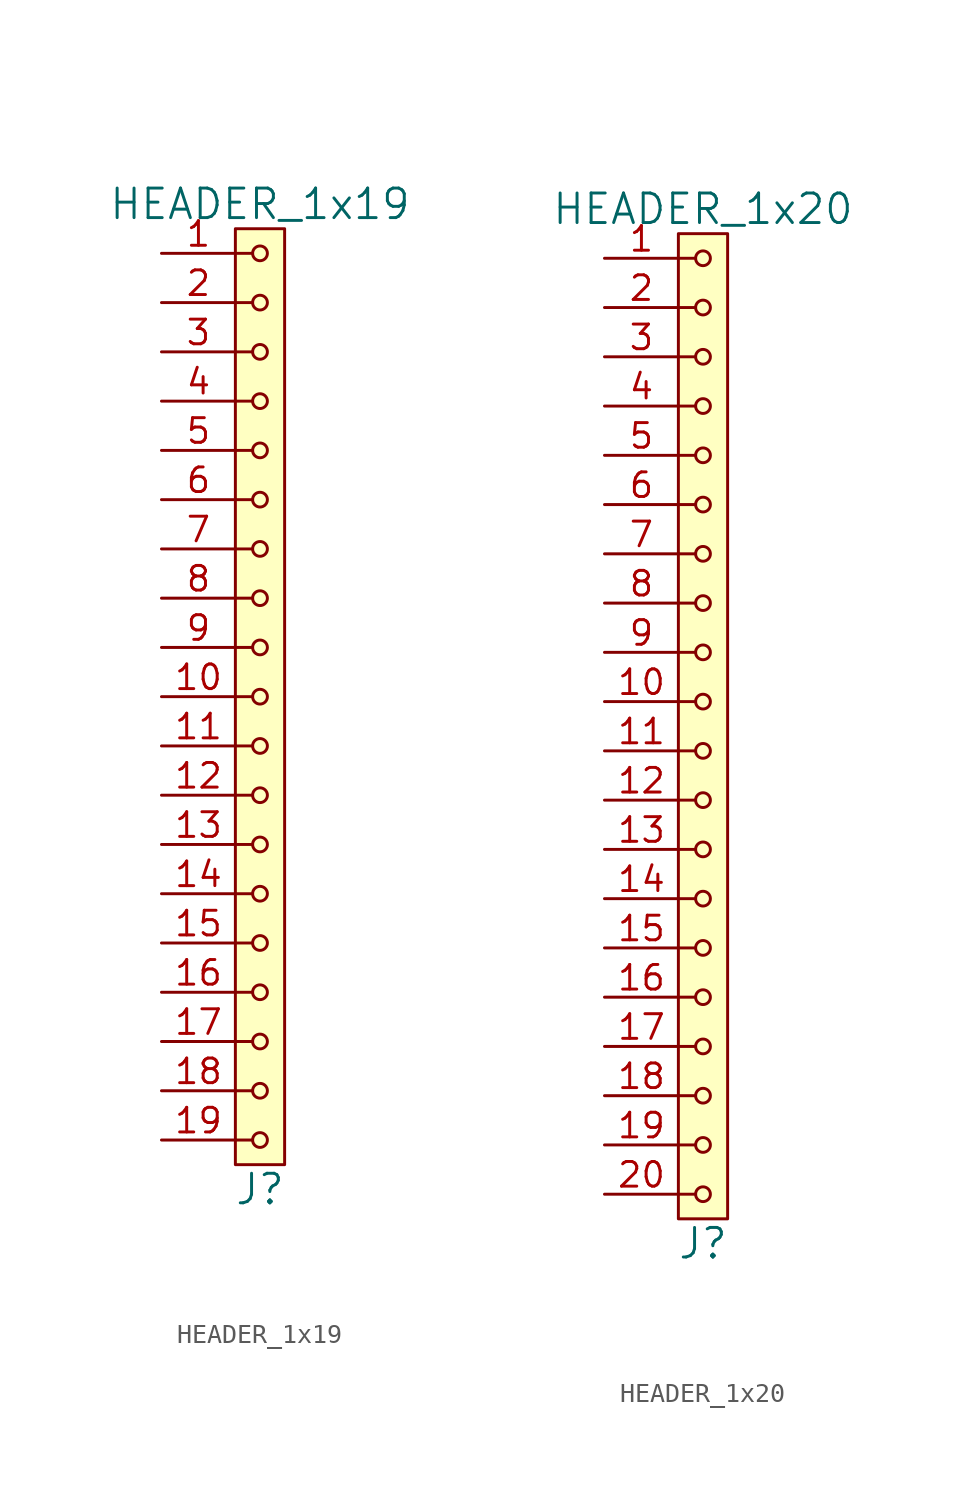
<source format=kicad_sym>
(kicad_symbol_lib
  (version 20211014)
  (generator kicad_symbol_editor)
  (symbol "HEADER_1x19"
    (pin_names
      (offset 1.016))
    (property "Reference" "J"
      (at 0 -25.4 0)
      (effects (font (size 1.524 1.524))))
    (property "Value" "HEADER_1x19"
      (at 0 25.4 0)
      (effects (font (size 1.524 1.524))))
    (property "Footprint" ""
      (at 0 22.86 0)
      (effects (font (size 1.524 1.524))))
    (property "Datasheet" ""
      (at 0 22.86 0)
      (effects (font (size 1.524 1.524))))
    (symbol "HEADER_1x19_0_1"
      (rectangle (start -1.27 24.13) (end 1.27 -24.13) (stroke (width 0) (type default) (color 0 0 0 0)) (fill (type background)))
      (circle (center 0 -22.86) (radius 0.381) (stroke (width 0) (type default) (color 0 0 0 0)) (fill (type none)))
      (circle (center 0 -20.32) (radius 0.381) (stroke (width 0) (type default) (color 0 0 0 0)) (fill (type none)))
      (circle (center 0 -17.78) (radius 0.381) (stroke (width 0) (type default) (color 0 0 0 0)) (fill (type none)))
      (circle (center 0 -15.24) (radius 0.381) (stroke (width 0) (type default) (color 0 0 0 0)) (fill (type none)))
      (circle (center 0 -12.7) (radius 0.381) (stroke (width 0) (type default) (color 0 0 0 0)) (fill (type none)))
      (circle (center 0 -10.16) (radius 0.381) (stroke (width 0) (type default) (color 0 0 0 0)) (fill (type none)))
      (circle (center 0 -7.62) (radius 0.381) (stroke (width 0) (type default) (color 0 0 0 0)) (fill (type none)))
      (circle (center 0 -5.08) (radius 0.381) (stroke (width 0) (type default) (color 0 0 0 0)) (fill (type none)))
      (circle (center 0 -2.54) (radius 0.381) (stroke (width 0) (type default) (color 0 0 0 0)) (fill (type none)))
      (polyline (pts (xy -1.27 -22.86) (xy -0.381 -22.86)) (stroke (width 0) (type default) (color 0 0 0 0)) (fill (type none)))
      (polyline (pts (xy -1.27 -20.32) (xy -0.381 -20.32)) (stroke (width 0) (type default) (color 0 0 0 0)) (fill (type none)))
      (polyline (pts (xy -1.27 -17.78) (xy -0.381 -17.78)) (stroke (width 0) (type default) (color 0 0 0 0)) (fill (type none)))
      (polyline (pts (xy -1.27 -15.24) (xy -0.381 -15.24)) (stroke (width 0) (type default) (color 0 0 0 0)) (fill (type none)))
      (polyline (pts (xy -1.27 -12.7) (xy -0.381 -12.7)) (stroke (width 0) (type default) (color 0 0 0 0)) (fill (type none)))
      (polyline (pts (xy -1.27 -10.16) (xy -0.381 -10.16)) (stroke (width 0) (type default) (color 0 0 0 0)) (fill (type none)))
      (polyline (pts (xy -1.27 -7.62) (xy -0.381 -7.62)) (stroke (width 0) (type default) (color 0 0 0 0)) (fill (type none)))
      (polyline (pts (xy -1.27 -5.08) (xy -0.381 -5.08)) (stroke (width 0) (type default) (color 0 0 0 0)) (fill (type none)))
      (polyline (pts (xy -1.27 -2.54) (xy -0.381 -2.54)) (stroke (width 0) (type default) (color 0 0 0 0)) (fill (type none)))
      (polyline (pts (xy -1.27 0) (xy -0.381 0)) (stroke (width 0) (type default) (color 0 0 0 0)) (fill (type none)))
      (polyline (pts (xy -1.27 2.54) (xy -0.381 2.54)) (stroke (width 0) (type default) (color 0 0 0 0)) (fill (type none)))
      (polyline (pts (xy -1.27 5.08) (xy -0.381 5.08)) (stroke (width 0) (type default) (color 0 0 0 0)) (fill (type none)))
      (polyline (pts (xy -1.27 7.62) (xy -0.381 7.62)) (stroke (width 0) (type default) (color 0 0 0 0)) (fill (type none)))
      (polyline (pts (xy -1.27 10.16) (xy -0.381 10.16)) (stroke (width 0) (type default) (color 0 0 0 0)) (fill (type none)))
      (polyline (pts (xy -1.27 12.7) (xy -0.381 12.7)) (stroke (width 0) (type default) (color 0 0 0 0)) (fill (type none)))
      (polyline (pts (xy -1.27 15.24) (xy -0.381 15.24)) (stroke (width 0) (type default) (color 0 0 0 0)) (fill (type none)))
      (polyline (pts (xy -1.27 17.78) (xy -0.381 17.78)) (stroke (width 0) (type default) (color 0 0 0 0)) (fill (type none)))
      (polyline (pts (xy -1.27 20.32) (xy -0.381 20.32)) (stroke (width 0) (type default) (color 0 0 0 0)) (fill (type none)))
      (polyline (pts (xy -1.27 22.86) (xy -0.381 22.86)) (stroke (width 0) (type default) (color 0 0 0 0)) (fill (type none)))
      (circle (center 0 0) (radius 0.381) (stroke (width 0) (type default) (color 0 0 0 0)) (fill (type none)))
      (circle (center 0 2.54) (radius 0.381) (stroke (width 0) (type default) (color 0 0 0 0)) (fill (type none)))
      (circle (center 0 5.08) (radius 0.381) (stroke (width 0) (type default) (color 0 0 0 0)) (fill (type none)))
      (circle (center 0 7.62) (radius 0.381) (stroke (width 0) (type default) (color 0 0 0 0)) (fill (type none)))
      (circle (center 0 10.16) (radius 0.381) (stroke (width 0) (type default) (color 0 0 0 0)) (fill (type none)))
      (circle (center 0 12.7) (radius 0.381) (stroke (width 0) (type default) (color 0 0 0 0)) (fill (type none)))
      (circle (center 0 15.24) (radius 0.381) (stroke (width 0) (type default) (color 0 0 0 0)) (fill (type none)))
      (circle (center 0 17.78) (radius 0.381) (stroke (width 0) (type default) (color 0 0 0 0)) (fill (type none)))
      (circle (center 0 20.32) (radius 0.381) (stroke (width 0) (type default) (color 0 0 0 0)) (fill (type none)))
      (circle (center 0 22.86) (radius 0.381) (stroke (width 0) (type default) (color 0 0 0 0)) (fill (type none))))
    (symbol "HEADER_1x19_1_1"
      (pin input line (at -5.08 22.86 0) (length 3.81) (name "~" (effects (font (size 1.27 1.27)))) (number "1" (effects (font (size 1.27 1.27)))))
      (pin input line (at -5.08 0 0) (length 3.81) (name "~" (effects (font (size 1.27 1.27)))) (number "10" (effects (font (size 1.27 1.27)))))
      (pin input line (at -5.08 -2.54 0) (length 3.81) (name "~" (effects (font (size 1.27 1.27)))) (number "11" (effects (font (size 1.27 1.27)))))
      (pin input line (at -5.08 -5.08 0) (length 3.81) (name "~" (effects (font (size 1.27 1.27)))) (number "12" (effects (font (size 1.27 1.27)))))
      (pin input line (at -5.08 -7.62 0) (length 3.81) (name "~" (effects (font (size 1.27 1.27)))) (number "13" (effects (font (size 1.27 1.27)))))
      (pin input line (at -5.08 -10.16 0) (length 3.81) (name "~" (effects (font (size 1.27 1.27)))) (number "14" (effects (font (size 1.27 1.27)))))
      (pin input line (at -5.08 -12.7 0) (length 3.81) (name "~" (effects (font (size 1.27 1.27)))) (number "15" (effects (font (size 1.27 1.27)))))
      (pin input line (at -5.08 -15.24 0) (length 3.81) (name "~" (effects (font (size 1.27 1.27)))) (number "16" (effects (font (size 1.27 1.27)))))
      (pin input line (at -5.08 -17.78 0) (length 3.81) (name "~" (effects (font (size 1.27 1.27)))) (number "17" (effects (font (size 1.27 1.27)))))
      (pin input line (at -5.08 -20.32 0) (length 3.81) (name "~" (effects (font (size 1.27 1.27)))) (number "18" (effects (font (size 1.27 1.27)))))
      (pin input line (at -5.08 -22.86 0) (length 3.81) (name "~" (effects (font (size 1.27 1.27)))) (number "19" (effects (font (size 1.27 1.27)))))
      (pin input line (at -5.08 20.32 0) (length 3.81) (name "~" (effects (font (size 1.27 1.27)))) (number "2" (effects (font (size 1.27 1.27)))))
      (pin input line (at -5.08 17.78 0) (length 3.81) (name "~" (effects (font (size 1.27 1.27)))) (number "3" (effects (font (size 1.27 1.27)))))
      (pin input line (at -5.08 15.24 0) (length 3.81) (name "~" (effects (font (size 1.27 1.27)))) (number "4" (effects (font (size 1.27 1.27)))))
      (pin input line (at -5.08 12.7 0) (length 3.81) (name "~" (effects (font (size 1.27 1.27)))) (number "5" (effects (font (size 1.27 1.27)))))
      (pin input line (at -5.08 10.16 0) (length 3.81) (name "~" (effects (font (size 1.27 1.27)))) (number "6" (effects (font (size 1.27 1.27)))))
      (pin input line (at -5.08 7.62 0) (length 3.81) (name "~" (effects (font (size 1.27 1.27)))) (number "7" (effects (font (size 1.27 1.27)))))
      (pin input line (at -5.08 5.08 0) (length 3.81) (name "~" (effects (font (size 1.27 1.27)))) (number "8" (effects (font (size 1.27 1.27)))))
      (pin input line (at -5.08 2.54 0) (length 3.81) (name "~" (effects (font (size 1.27 1.27)))) (number "9" (effects (font (size 1.27 1.27)))))))
  (symbol "HEADER_1x20"
    (pin_names
      (offset 1.016))
    (property "Reference" "J"
      (at 0 -26.67 0)
      (effects (font (size 1.524 1.524))))
    (property "Value" "HEADER_1x20"
      (at 0 26.67 0)
      (effects (font (size 1.524 1.524))))
    (property "Footprint" ""
      (at 0 24.13 0)
      (effects (font (size 1.524 1.524))))
    (property "Datasheet" ""
      (at 0 24.13 0)
      (effects (font (size 1.524 1.524))))
    (symbol "HEADER_1x20_0_1"
      (rectangle (start -1.27 25.4) (end 1.27 -25.4) (stroke (width 0) (type default) (color 0 0 0 0)) (fill (type background)))
      (circle (center 0 -24.13) (radius 0.381) (stroke (width 0) (type default) (color 0 0 0 0)) (fill (type none)))
      (circle (center 0 -21.59) (radius 0.381) (stroke (width 0) (type default) (color 0 0 0 0)) (fill (type none)))
      (circle (center 0 -19.05) (radius 0.381) (stroke (width 0) (type default) (color 0 0 0 0)) (fill (type none)))
      (circle (center 0 -16.51) (radius 0.381) (stroke (width 0) (type default) (color 0 0 0 0)) (fill (type none)))
      (circle (center 0 -13.97) (radius 0.381) (stroke (width 0) (type default) (color 0 0 0 0)) (fill (type none)))
      (circle (center 0 -11.43) (radius 0.381) (stroke (width 0) (type default) (color 0 0 0 0)) (fill (type none)))
      (circle (center 0 -8.89) (radius 0.381) (stroke (width 0) (type default) (color 0 0 0 0)) (fill (type none)))
      (circle (center 0 -6.35) (radius 0.381) (stroke (width 0) (type default) (color 0 0 0 0)) (fill (type none)))
      (circle (center 0 -3.81) (radius 0.381) (stroke (width 0) (type default) (color 0 0 0 0)) (fill (type none)))
      (circle (center 0 -1.27) (radius 0.381) (stroke (width 0) (type default) (color 0 0 0 0)) (fill (type none)))
      (polyline (pts (xy -1.27 -24.13) (xy -0.381 -24.13)) (stroke (width 0) (type default) (color 0 0 0 0)) (fill (type none)))
      (polyline (pts (xy -1.27 -21.59) (xy -0.381 -21.59)) (stroke (width 0) (type default) (color 0 0 0 0)) (fill (type none)))
      (polyline (pts (xy -1.27 -19.05) (xy -0.381 -19.05)) (stroke (width 0) (type default) (color 0 0 0 0)) (fill (type none)))
      (polyline (pts (xy -1.27 -16.51) (xy -0.381 -16.51)) (stroke (width 0) (type default) (color 0 0 0 0)) (fill (type none)))
      (polyline (pts (xy -1.27 -13.97) (xy -0.381 -13.97)) (stroke (width 0) (type default) (color 0 0 0 0)) (fill (type none)))
      (polyline (pts (xy -1.27 -11.43) (xy -0.381 -11.43)) (stroke (width 0) (type default) (color 0 0 0 0)) (fill (type none)))
      (polyline (pts (xy -1.27 -8.89) (xy -0.381 -8.89)) (stroke (width 0) (type default) (color 0 0 0 0)) (fill (type none)))
      (polyline (pts (xy -1.27 -6.35) (xy -0.381 -6.35)) (stroke (width 0) (type default) (color 0 0 0 0)) (fill (type none)))
      (polyline (pts (xy -1.27 -3.81) (xy -0.381 -3.81)) (stroke (width 0) (type default) (color 0 0 0 0)) (fill (type none)))
      (polyline (pts (xy -1.27 -1.27) (xy -0.381 -1.27)) (stroke (width 0) (type default) (color 0 0 0 0)) (fill (type none)))
      (polyline (pts (xy -1.27 1.27) (xy -0.381 1.27)) (stroke (width 0) (type default) (color 0 0 0 0)) (fill (type none)))
      (polyline (pts (xy -1.27 3.81) (xy -0.381 3.81)) (stroke (width 0) (type default) (color 0 0 0 0)) (fill (type none)))
      (polyline (pts (xy -1.27 6.35) (xy -0.381 6.35)) (stroke (width 0) (type default) (color 0 0 0 0)) (fill (type none)))
      (polyline (pts (xy -1.27 8.89) (xy -0.381 8.89)) (stroke (width 0) (type default) (color 0 0 0 0)) (fill (type none)))
      (polyline (pts (xy -1.27 11.43) (xy -0.381 11.43)) (stroke (width 0) (type default) (color 0 0 0 0)) (fill (type none)))
      (polyline (pts (xy -1.27 13.97) (xy -0.381 13.97)) (stroke (width 0) (type default) (color 0 0 0 0)) (fill (type none)))
      (polyline (pts (xy -1.27 16.51) (xy -0.381 16.51)) (stroke (width 0) (type default) (color 0 0 0 0)) (fill (type none)))
      (polyline (pts (xy -1.27 19.05) (xy -0.381 19.05)) (stroke (width 0) (type default) (color 0 0 0 0)) (fill (type none)))
      (polyline (pts (xy -1.27 21.59) (xy -0.381 21.59)) (stroke (width 0) (type default) (color 0 0 0 0)) (fill (type none)))
      (polyline (pts (xy -1.27 24.13) (xy -0.381 24.13)) (stroke (width 0) (type default) (color 0 0 0 0)) (fill (type none)))
      (circle (center 0 1.27) (radius 0.381) (stroke (width 0) (type default) (color 0 0 0 0)) (fill (type none)))
      (circle (center 0 3.81) (radius 0.381) (stroke (width 0) (type default) (color 0 0 0 0)) (fill (type none)))
      (circle (center 0 6.35) (radius 0.381) (stroke (width 0) (type default) (color 0 0 0 0)) (fill (type none)))
      (circle (center 0 8.89) (radius 0.381) (stroke (width 0) (type default) (color 0 0 0 0)) (fill (type none)))
      (circle (center 0 11.43) (radius 0.381) (stroke (width 0) (type default) (color 0 0 0 0)) (fill (type none)))
      (circle (center 0 13.97) (radius 0.381) (stroke (width 0) (type default) (color 0 0 0 0)) (fill (type none)))
      (circle (center 0 16.51) (radius 0.381) (stroke (width 0) (type default) (color 0 0 0 0)) (fill (type none)))
      (circle (center 0 19.05) (radius 0.381) (stroke (width 0) (type default) (color 0 0 0 0)) (fill (type none)))
      (circle (center 0 21.59) (radius 0.381) (stroke (width 0) (type default) (color 0 0 0 0)) (fill (type none)))
      (circle (center 0 24.13) (radius 0.381) (stroke (width 0) (type default) (color 0 0 0 0)) (fill (type none))))
    (symbol "HEADER_1x20_1_1"
      (pin input line (at -5.08 24.13 0) (length 3.81) (name "~" (effects (font (size 1.27 1.27)))) (number "1" (effects (font (size 1.27 1.27)))))
      (pin input line (at -5.08 1.27 0) (length 3.81) (name "~" (effects (font (size 1.27 1.27)))) (number "10" (effects (font (size 1.27 1.27)))))
      (pin input line (at -5.08 -1.27 0) (length 3.81) (name "~" (effects (font (size 1.27 1.27)))) (number "11" (effects (font (size 1.27 1.27)))))
      (pin input line (at -5.08 -3.81 0) (length 3.81) (name "~" (effects (font (size 1.27 1.27)))) (number "12" (effects (font (size 1.27 1.27)))))
      (pin input line (at -5.08 -6.35 0) (length 3.81) (name "~" (effects (font (size 1.27 1.27)))) (number "13" (effects (font (size 1.27 1.27)))))
      (pin input line (at -5.08 -8.89 0) (length 3.81) (name "~" (effects (font (size 1.27 1.27)))) (number "14" (effects (font (size 1.27 1.27)))))
      (pin input line (at -5.08 -11.43 0) (length 3.81) (name "~" (effects (font (size 1.27 1.27)))) (number "15" (effects (font (size 1.27 1.27)))))
      (pin input line (at -5.08 -13.97 0) (length 3.81) (name "~" (effects (font (size 1.27 1.27)))) (number "16" (effects (font (size 1.27 1.27)))))
      (pin input line (at -5.08 -16.51 0) (length 3.81) (name "~" (effects (font (size 1.27 1.27)))) (number "17" (effects (font (size 1.27 1.27)))))
      (pin input line (at -5.08 -19.05 0) (length 3.81) (name "~" (effects (font (size 1.27 1.27)))) (number "18" (effects (font (size 1.27 1.27)))))
      (pin input line (at -5.08 -21.59 0) (length 3.81) (name "~" (effects (font (size 1.27 1.27)))) (number "19" (effects (font (size 1.27 1.27)))))
      (pin input line (at -5.08 21.59 0) (length 3.81) (name "~" (effects (font (size 1.27 1.27)))) (number "2" (effects (font (size 1.27 1.27)))))
      (pin input line (at -5.08 -24.13 0) (length 3.81) (name "~" (effects (font (size 1.27 1.27)))) (number "20" (effects (font (size 1.27 1.27)))))
      (pin input line (at -5.08 19.05 0) (length 3.81) (name "~" (effects (font (size 1.27 1.27)))) (number "3" (effects (font (size 1.27 1.27)))))
      (pin input line (at -5.08 16.51 0) (length 3.81) (name "~" (effects (font (size 1.27 1.27)))) (number "4" (effects (font (size 1.27 1.27)))))
      (pin input line (at -5.08 13.97 0) (length 3.81) (name "~" (effects (font (size 1.27 1.27)))) (number "5" (effects (font (size 1.27 1.27)))))
      (pin input line (at -5.08 11.43 0) (length 3.81) (name "~" (effects (font (size 1.27 1.27)))) (number "6" (effects (font (size 1.27 1.27)))))
      (pin input line (at -5.08 8.89 0) (length 3.81) (name "~" (effects (font (size 1.27 1.27)))) (number "7" (effects (font (size 1.27 1.27)))))
      (pin input line (at -5.08 6.35 0) (length 3.81) (name "~" (effects (font (size 1.27 1.27)))) (number "8" (effects (font (size 1.27 1.27)))))
      (pin input line (at -5.08 3.81 0) (length 3.81) (name "~" (effects (font (size 1.27 1.27)))) (number "9" (effects (font (size 1.27 1.27))))))))
</source>
